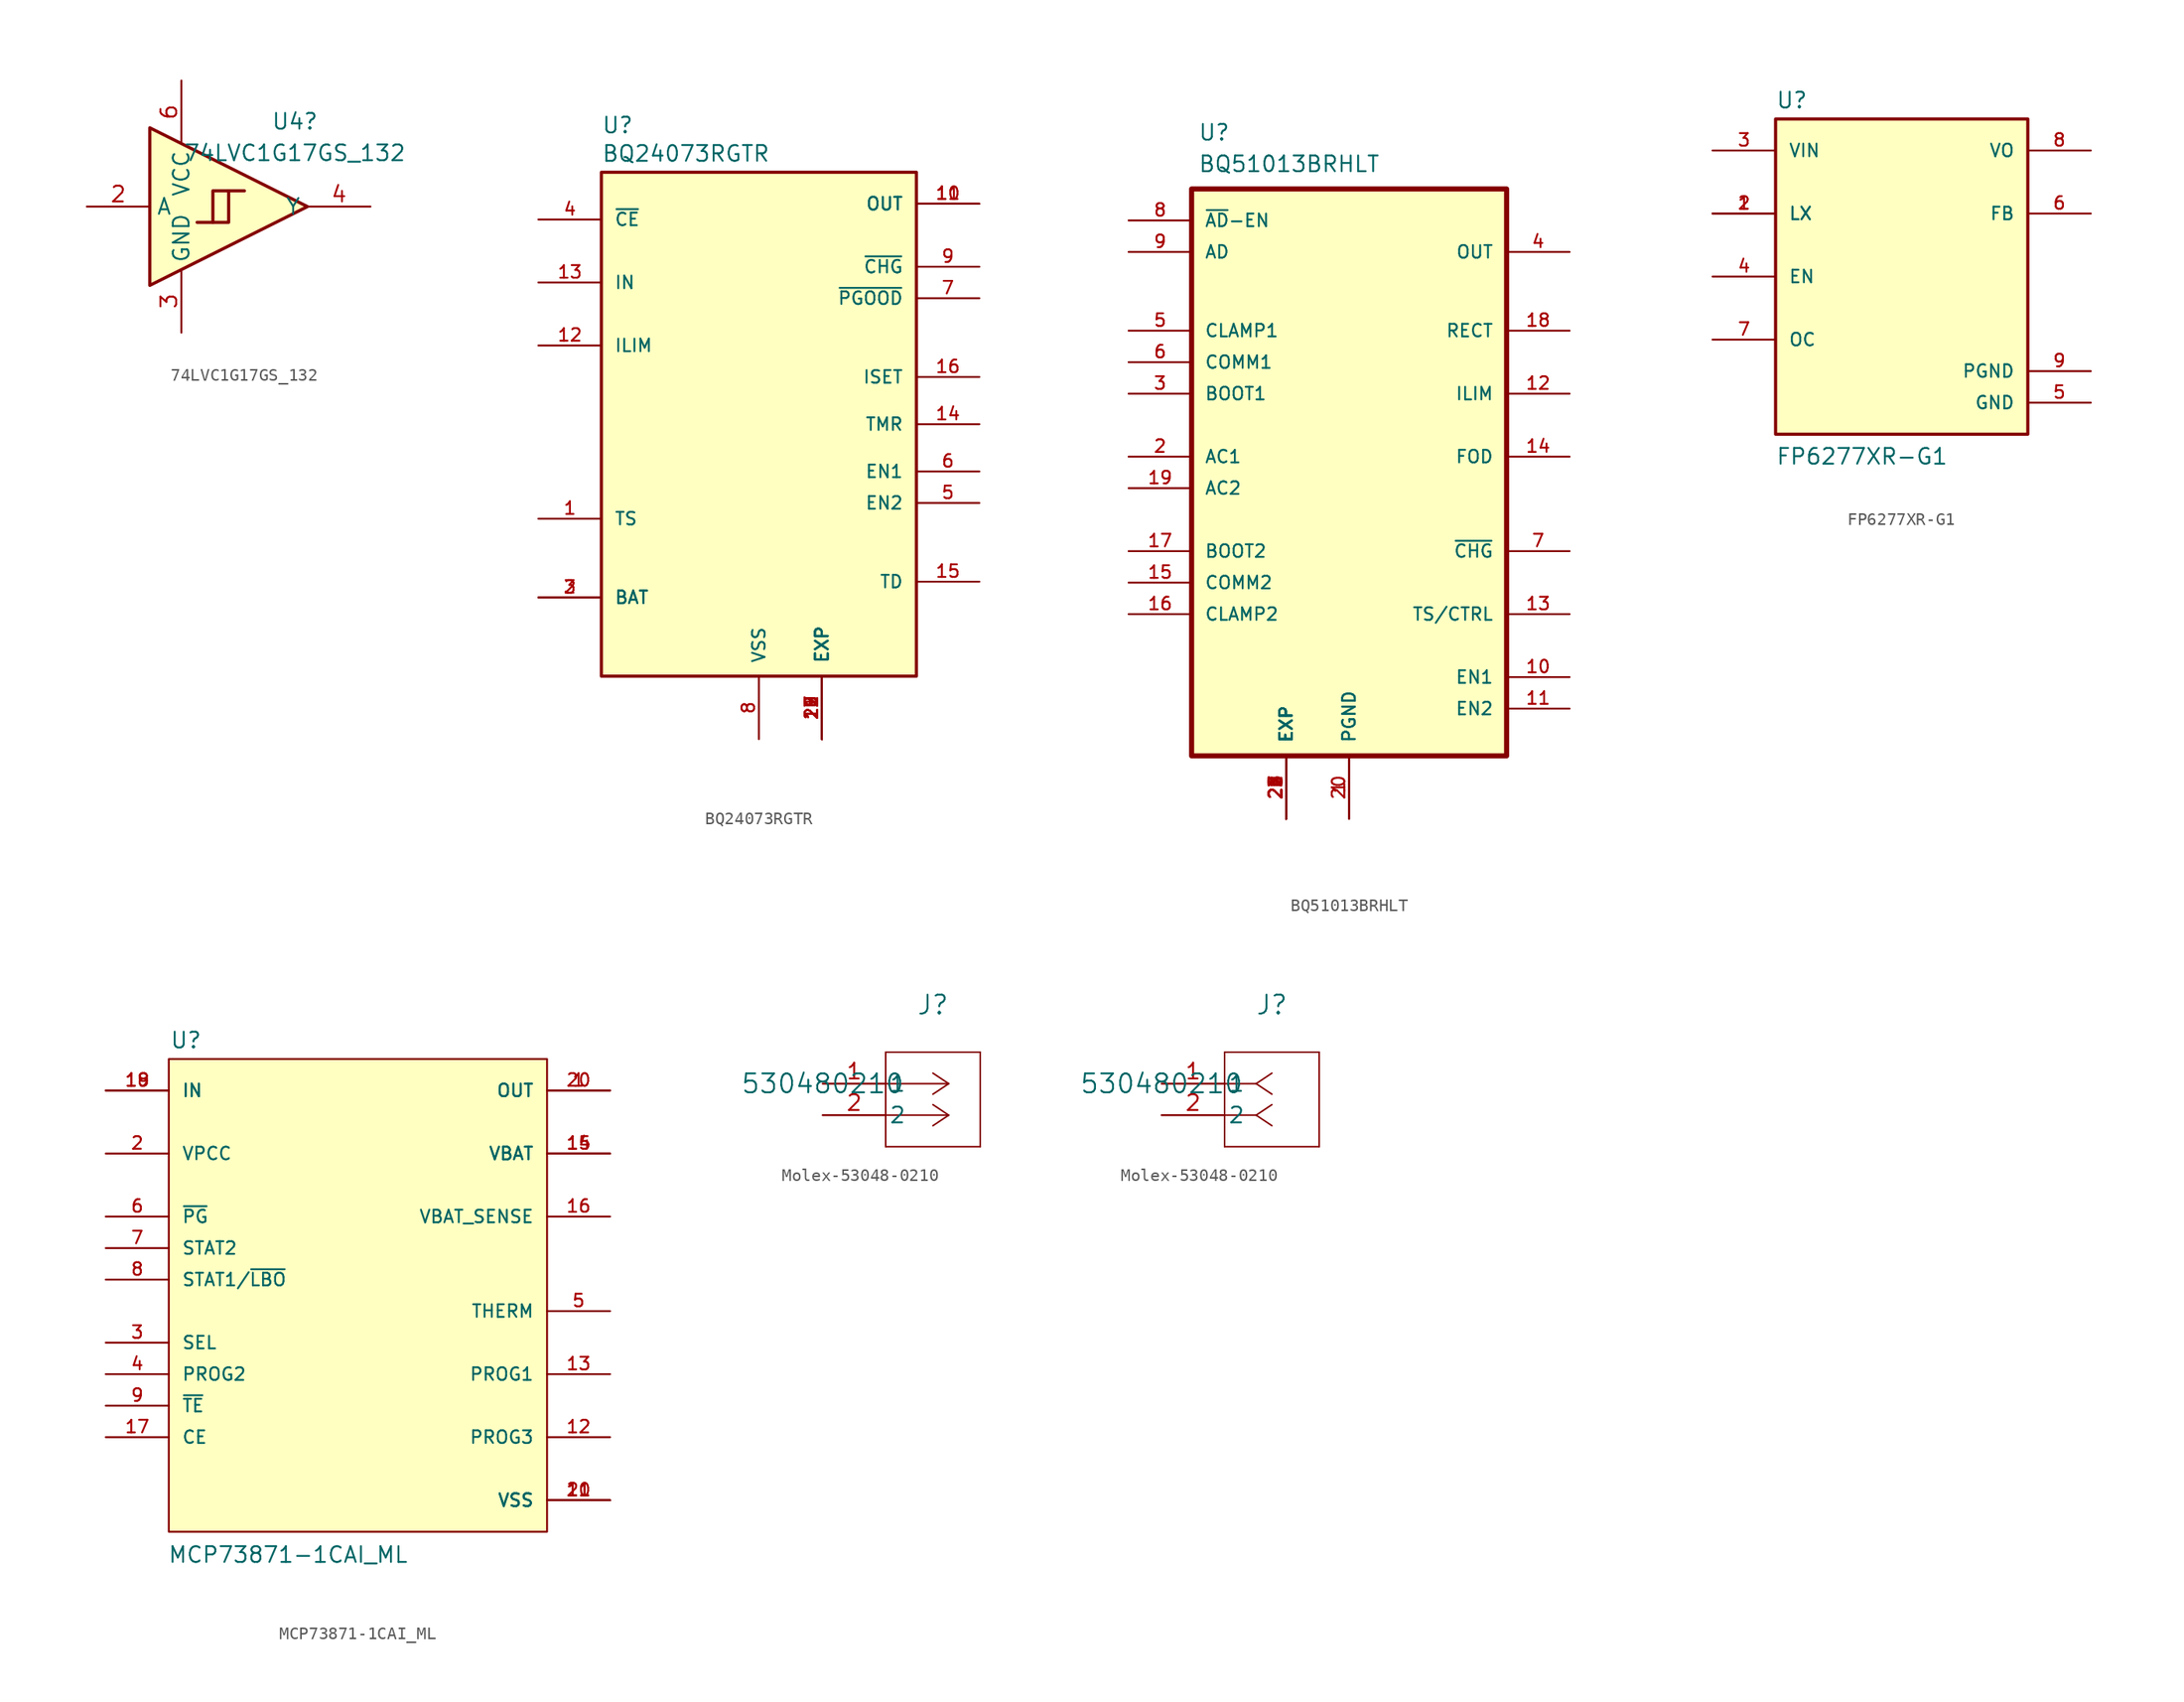
<source format=kicad_sym>
(kicad_symbol_lib
  (version 20241209)
  (generator "kicad_symbol_editor")
  (generator_version "9.0")
  (symbol "74LVC1G17GS_132"
    (property "Reference" "U4"
      (at 4.064 6.858 0)
      (effects (font (size 1.27 1.27))))
    (property "Value" "74LVC1G17GS_132"
      (at 4.064 4.318 0)
      (effects (font (size 1.27 1.27))))
    (symbol "74LVC1G17GS_132_0_1"
      (polyline (pts (xy -7.62 6.35) (xy -7.62 -6.35) (xy 5.08 0) (xy -7.62 6.35)) (stroke (width 0.254) (type default)) (fill (type background)))
      (polyline (pts (xy -3.81 -1.27) (xy -2.54 -1.27) (xy -2.54 1.27) (xy -1.27 1.27)) (stroke (width 0.254) (type default)) (fill (type background)))
      (polyline (pts (xy -2.54 -1.27) (xy -1.27 -1.27) (xy -1.27 1.27) (xy 0 1.27)) (stroke (width 0.254) (type default)) (fill (type background))))
    (symbol "74LVC1G17GS_132_1_1"
      (pin input line (at -12.7 0 0) (length 5.08) (name "A" (effects (font (size 1.27 1.27)))) (number "2" (effects (font (size 1.27 1.27)))))
      (pin no_connect line (at -7.62 5.08 180) (length 5.08) (hide yes) (name "NC" (effects (font (size 1.27 1.27)))) (number "1" (effects (font (size 1.27 1.27)))))
      (pin no_connect line (at -7.62 -3.81 180) (length 5.08) (hide yes) (name "NC" (effects (font (size 1.27 1.27)))) (number "5" (effects (font (size 1.27 1.27)))))
      (pin power_in line (at -5.08 10.16 270) (length 5.08) (name "VCC" (effects (font (size 1.27 1.27)))) (number "6" (effects (font (size 1.27 1.27)))))
      (pin power_in line (at -5.08 -10.16 90) (length 5.08) (name "GND" (effects (font (size 1.27 1.27)))) (number "3" (effects (font (size 1.27 1.27)))))
      (pin output line (at 10.16 0 180) (length 5.08) (name "Y" (effects (font (size 1.27 1.27)))) (number "4" (effects (font (size 1.27 1.27)))))))
  (symbol "BQ24073RGTR"
    (pin_names
      (offset 1.016))
    (property "Reference" "U"
      (at -12.7 23.368 0)
      (effects (font (size 1.27 1.27)) (justify left bottom)))
    (property "Value" "BQ24073RGTR"
      (at -12.7 21.082 0)
      (effects (font (size 1.27 1.27)) (justify left bottom)))
    (symbol "BQ24073RGTR_0_0"
      (rectangle (start -12.7 20.32) (end 12.7 -20.32) (stroke (width 0.254) (type default)) (fill (type background)))
      (pin input line (at -17.78 16.51 0) (length 5.08) (name "~{CE}" (effects (font (size 1.016 1.016)))) (number "4" (effects (font (size 1.016 1.016)))))
      (pin power_in line (at -17.78 11.43 0) (length 5.08) (name "IN" (effects (font (size 1.016 1.016)))) (number "13" (effects (font (size 1.016 1.016)))))
      (pin input line (at -17.78 6.35 0) (length 5.08) (name "ILIM" (effects (font (size 1.016 1.016)))) (number "12" (effects (font (size 1.016 1.016)))))
      (pin input line (at -17.78 -7.62 0) (length 5.08) (name "TS" (effects (font (size 1.016 1.016)))) (number "1" (effects (font (size 1.016 1.016)))))
      (pin bidirectional line (at -17.78 -13.97 0) (length 5.08) (name "BAT" (effects (font (size 1.016 1.016)))) (number "2" (effects (font (size 1.016 1.016)))))
      (pin bidirectional line (at -17.78 -13.97 0) (length 5.08) (name "BAT" (effects (font (size 1.016 1.016)))) (number "3" (effects (font (size 1.016 1.016)))))
      (pin power_in line (at 0 -25.4 90) (length 5.08) (name "VSS" (effects (font (size 1.016 1.016)))) (number "8" (effects (font (size 1.016 1.016)))))
      (pin power_in line (at 5.08 -25.4 90) (length 5.08) (name "EXP" (effects (font (size 1.016 1.016)))) (number "17" (effects (font (size 1.016 1.016)))))
      (pin power_in line (at 5.08 -25.4 90) (length 5.08) (name "EXP" (effects (font (size 1.016 1.016)))) (number "18" (effects (font (size 1.016 1.016)))))
      (pin power_in line (at 5.08 -25.4 90) (length 5.08) (name "EXP" (effects (font (size 1.016 1.016)))) (number "19" (effects (font (size 1.016 1.016)))))
      (pin power_in line (at 5.08 -25.4 90) (length 5.08) (name "EXP" (effects (font (size 1.016 1.016)))) (number "20" (effects (font (size 1.016 1.016)))))
      (pin power_in line (at 5.08 -25.4 90) (length 5.08) (name "EXP" (effects (font (size 1.016 1.016)))) (number "21" (effects (font (size 1.016 1.016)))))
      (pin power_in line (at 5.08 -25.4 90) (length 5.08) (name "EXP" (effects (font (size 1.016 1.016)))) (number "22" (effects (font (size 1.016 1.016)))))
      (pin power_out line (at 17.78 17.78 180) (length 5.08) (name "OUT" (effects (font (size 1.016 1.016)))) (number "10" (effects (font (size 1.016 1.016)))))
      (pin power_out line (at 17.78 17.78 180) (length 5.08) (name "OUT" (effects (font (size 1.016 1.016)))) (number "11" (effects (font (size 1.016 1.016)))))
      (pin output line (at 17.78 12.7 180) (length 5.08) (name "~{CHG}" (effects (font (size 1.016 1.016)))) (number "9" (effects (font (size 1.016 1.016)))))
      (pin output line (at 17.78 10.16 180) (length 5.08) (name "~{PGOOD}" (effects (font (size 1.016 1.016)))) (number "7" (effects (font (size 1.016 1.016)))))
      (pin bidirectional line (at 17.78 3.81 180) (length 5.08) (name "ISET" (effects (font (size 1.016 1.016)))) (number "16" (effects (font (size 1.016 1.016)))))
      (pin input line (at 17.78 0 180) (length 5.08) (name "TMR" (effects (font (size 1.016 1.016)))) (number "14" (effects (font (size 1.016 1.016)))))
      (pin input line (at 17.78 -3.81 180) (length 5.08) (name "EN1" (effects (font (size 1.016 1.016)))) (number "6" (effects (font (size 1.016 1.016)))))
      (pin input line (at 17.78 -6.35 180) (length 5.08) (name "EN2" (effects (font (size 1.016 1.016)))) (number "5" (effects (font (size 1.016 1.016)))))
      (pin input line (at 17.78 -12.7 180) (length 5.08) (name "TD" (effects (font (size 1.016 1.016)))) (number "15" (effects (font (size 1.016 1.016)))))))
  (symbol "BQ51013BRHLT"
    (pin_names
      (offset 1.016))
    (property "Reference" "U"
      (at -12.192 26.67 0)
      (effects (font (size 1.27 1.27)) (justify left bottom)))
    (property "Value" "BQ51013BRHLT"
      (at -12.192 24.13 0)
      (effects (font (size 1.27 1.27)) (justify left bottom)))
    (symbol "BQ51013BRHLT_0_0"
      (rectangle (start -12.7 22.86) (end 12.7 -22.86) (stroke (width 0.41) (type default)) (fill (type background)))
      (pin output line (at -17.78 20.32 0) (length 5.08) (name "~{AD}-EN" (effects (font (size 1.016 1.016)))) (number "8" (effects (font (size 1.016 1.016)))))
      (pin input line (at -17.78 17.78 0) (length 5.08) (name "AD" (effects (font (size 1.016 1.016)))) (number "9" (effects (font (size 1.016 1.016)))))
      (pin output line (at -17.78 11.43 0) (length 5.08) (name "CLAMP1" (effects (font (size 1.016 1.016)))) (number "5" (effects (font (size 1.016 1.016)))))
      (pin output line (at -17.78 8.89 0) (length 5.08) (name "COMM1" (effects (font (size 1.016 1.016)))) (number "6" (effects (font (size 1.016 1.016)))))
      (pin output line (at -17.78 6.35 0) (length 5.08) (name "BOOT1" (effects (font (size 1.016 1.016)))) (number "3" (effects (font (size 1.016 1.016)))))
      (pin input line (at -17.78 1.27 0) (length 5.08) (name "AC1" (effects (font (size 1.016 1.016)))) (number "2" (effects (font (size 1.016 1.016)))))
      (pin input line (at -17.78 -1.27 0) (length 5.08) (name "AC2" (effects (font (size 1.016 1.016)))) (number "19" (effects (font (size 1.016 1.016)))))
      (pin output line (at -17.78 -6.35 0) (length 5.08) (name "BOOT2" (effects (font (size 1.016 1.016)))) (number "17" (effects (font (size 1.016 1.016)))))
      (pin output line (at -17.78 -8.89 0) (length 5.08) (name "COMM2" (effects (font (size 1.016 1.016)))) (number "15" (effects (font (size 1.016 1.016)))))
      (pin output line (at -17.78 -11.43 0) (length 5.08) (name "CLAMP2" (effects (font (size 1.016 1.016)))) (number "16" (effects (font (size 1.016 1.016)))))
      (pin power_in line (at -5.08 -27.94 90) (length 5.08) (name "EXP" (effects (font (size 1.016 1.016)))) (number "21" (effects (font (size 1.016 1.016)))))
      (pin power_in line (at -5.08 -27.94 90) (length 5.08) (name "EXP" (effects (font (size 1.016 1.016)))) (number "22" (effects (font (size 1.016 1.016)))))
      (pin power_in line (at -5.08 -27.94 90) (length 5.08) (name "EXP" (effects (font (size 1.016 1.016)))) (number "23" (effects (font (size 1.016 1.016)))))
      (pin power_in line (at -5.08 -27.94 90) (length 5.08) (name "EXP" (effects (font (size 1.016 1.016)))) (number "24" (effects (font (size 1.016 1.016)))))
      (pin power_in line (at -5.08 -27.94 90) (length 5.08) (name "EXP" (effects (font (size 1.016 1.016)))) (number "25" (effects (font (size 1.016 1.016)))))
      (pin power_in line (at -5.08 -27.94 90) (length 5.08) (name "EXP" (effects (font (size 1.016 1.016)))) (number "26" (effects (font (size 1.016 1.016)))))
      (pin power_in line (at -5.08 -27.94 90) (length 5.08) (name "EXP" (effects (font (size 1.016 1.016)))) (number "27" (effects (font (size 1.016 1.016)))))
      (pin power_in line (at -5.08 -27.94 90) (length 5.08) (name "EXP" (effects (font (size 1.016 1.016)))) (number "28" (effects (font (size 1.016 1.016)))))
      (pin power_in line (at -5.08 -27.94 90) (length 5.08) (name "EXP" (effects (font (size 1.016 1.016)))) (number "29" (effects (font (size 1.016 1.016)))))
      (pin power_in line (at 0 -27.94 90) (length 5.08) (name "PGND" (effects (font (size 1.016 1.016)))) (number "1" (effects (font (size 1.016 1.016)))))
      (pin power_in line (at 0 -27.94 90) (length 5.08) (name "PGND" (effects (font (size 1.016 1.016)))) (number "20" (effects (font (size 1.016 1.016)))))
      (pin power_out line (at 17.78 17.78 180) (length 5.08) (name "OUT" (effects (font (size 1.016 1.016)))) (number "4" (effects (font (size 1.016 1.016)))))
      (pin power_out line (at 17.78 11.43 180) (length 5.08) (name "RECT" (effects (font (size 1.016 1.016)))) (number "18" (effects (font (size 1.016 1.016)))))
      (pin bidirectional line (at 17.78 6.35 180) (length 5.08) (name "ILIM" (effects (font (size 1.016 1.016)))) (number "12" (effects (font (size 1.016 1.016)))))
      (pin input line (at 17.78 1.27 180) (length 5.08) (name "FOD" (effects (font (size 1.016 1.016)))) (number "14" (effects (font (size 1.016 1.016)))))
      (pin output line (at 17.78 -6.35 180) (length 5.08) (name "~{CHG}" (effects (font (size 1.016 1.016)))) (number "7" (effects (font (size 1.016 1.016)))))
      (pin input line (at 17.78 -11.43 180) (length 5.08) (name "TS/CTRL" (effects (font (size 1.016 1.016)))) (number "13" (effects (font (size 1.016 1.016)))))
      (pin input line (at 17.78 -16.51 180) (length 5.08) (name "EN1" (effects (font (size 1.016 1.016)))) (number "10" (effects (font (size 1.016 1.016)))))
      (pin input line (at 17.78 -19.05 180) (length 5.08) (name "EN2" (effects (font (size 1.016 1.016)))) (number "11" (effects (font (size 1.016 1.016)))))))
  (symbol "FP6277XR-G1"
    (pin_names
      (offset 1.016))
    (property "Reference" "U"
      (at -10.16 13.462 0)
      (effects (font (size 1.27 1.27)) (justify left bottom)))
    (property "Value" "FP6277XR-G1"
      (at -10.16 -15.24 0)
      (effects (font (size 1.27 1.27)) (justify left bottom)))
    (symbol "FP6277XR-G1_0_0"
      (rectangle (start -10.16 -12.7) (end 10.16 12.7) (stroke (width 0.254) (type default)) (fill (type background)))
      (pin power_in line (at -15.24 10.16 0) (length 5.08) (name "VIN" (effects (font (size 1.016 1.016)))) (number "3" (effects (font (size 1.016 1.016)))))
      (pin input line (at -15.24 5.08 0) (length 5.08) (name "LX" (effects (font (size 1.016 1.016)))) (number "1" (effects (font (size 1.016 1.016)))))
      (pin input line (at -15.24 5.08 0) (length 5.08) (name "LX" (effects (font (size 1.016 1.016)))) (number "2" (effects (font (size 1.016 1.016)))))
      (pin input line (at -15.24 0 0) (length 5.08) (name "EN" (effects (font (size 1.016 1.016)))) (number "4" (effects (font (size 1.016 1.016)))))
      (pin input line (at -15.24 -5.08 0) (length 5.08) (name "OC" (effects (font (size 1.016 1.016)))) (number "7" (effects (font (size 1.016 1.016)))))
      (pin power_out line (at 15.24 10.16 180) (length 5.08) (name "VO" (effects (font (size 1.016 1.016)))) (number "8" (effects (font (size 1.016 1.016)))))
      (pin input line (at 15.24 5.08 180) (length 5.08) (name "FB" (effects (font (size 1.016 1.016)))) (number "6" (effects (font (size 1.016 1.016)))))
      (pin power_in line (at 15.24 -7.62 180) (length 5.08) (name "PGND" (effects (font (size 1.016 1.016)))) (number "9" (effects (font (size 1.016 1.016)))))
      (pin power_in line (at 15.24 -10.16 180) (length 5.08) (name "GND" (effects (font (size 1.016 1.016)))) (number "5" (effects (font (size 1.016 1.016)))))))
  (symbol "MCP73871-1CAI_ML"
    (pin_names
      (offset 1.016))
    (property "Reference" "U"
      (at -15.168 18.548 0)
      (effects (font (size 1.27 1.27)) (justify left bottom)))
    (property "Value" "MCP73871-1CAI_ML"
      (at -15.339 -22.916 0)
      (effects (font (size 1.27 1.27)) (justify left bottom)))
    (symbol "MCP73871-1CAI_ML_0_0"
      (rectangle (start -15.24 -20.32) (end 15.24 17.78) (stroke (width 0.152) (type default)) (fill (type background)))
      (pin input line (at -20.32 15.24 0) (length 5.08) (name "IN" (effects (font (size 1.016 1.016)))) (number "18" (effects (font (size 1.016 1.016)))))
      (pin input line (at -20.32 15.24 0) (length 5.08) (name "IN" (effects (font (size 1.016 1.016)))) (number "19" (effects (font (size 1.016 1.016)))))
      (pin input line (at -20.32 10.16 0) (length 5.08) (name "VPCC" (effects (font (size 1.016 1.016)))) (number "2" (effects (font (size 1.016 1.016)))))
      (pin output line (at -20.32 5.08 0) (length 5.08) (name "~{PG}" (effects (font (size 1.016 1.016)))) (number "6" (effects (font (size 1.016 1.016)))))
      (pin output line (at -20.32 2.54 0) (length 5.08) (name "STAT2" (effects (font (size 1.016 1.016)))) (number "7" (effects (font (size 1.016 1.016)))))
      (pin output line (at -20.32 0 0) (length 5.08) (name "STAT1/~{LBO}" (effects (font (size 1.016 1.016)))) (number "8" (effects (font (size 1.016 1.016)))))
      (pin input line (at -20.32 -5.08 0) (length 5.08) (name "SEL" (effects (font (size 1.016 1.016)))) (number "3" (effects (font (size 1.016 1.016)))))
      (pin input line (at -20.32 -7.62 0) (length 5.08) (name "PROG2" (effects (font (size 1.016 1.016)))) (number "4" (effects (font (size 1.016 1.016)))))
      (pin input line (at -20.32 -10.16 0) (length 5.08) (name "~{TE}" (effects (font (size 1.016 1.016)))) (number "9" (effects (font (size 1.016 1.016)))))
      (pin input line (at -20.32 -12.7 0) (length 5.08) (name "CE" (effects (font (size 1.016 1.016)))) (number "17" (effects (font (size 1.016 1.016)))))
      (pin output line (at 20.32 15.24 180) (length 5.08) (name "OUT" (effects (font (size 1.016 1.016)))) (number "1" (effects (font (size 1.016 1.016)))))
      (pin output line (at 20.32 15.24 180) (length 5.08) (name "OUT" (effects (font (size 1.016 1.016)))) (number "20" (effects (font (size 1.016 1.016)))))
      (pin bidirectional line (at 20.32 10.16 180) (length 5.08) (name "VBAT" (effects (font (size 1.016 1.016)))) (number "14" (effects (font (size 1.016 1.016)))))
      (pin bidirectional line (at 20.32 10.16 180) (length 5.08) (name "VBAT" (effects (font (size 1.016 1.016)))) (number "15" (effects (font (size 1.016 1.016)))))
      (pin bidirectional line (at 20.32 5.08 180) (length 5.08) (name "VBAT_SENSE" (effects (font (size 1.016 1.016)))) (number "16" (effects (font (size 1.016 1.016)))))
      (pin bidirectional line (at 20.32 -2.54 180) (length 5.08) (name "THERM" (effects (font (size 1.016 1.016)))) (number "5" (effects (font (size 1.016 1.016)))))
      (pin bidirectional line (at 20.32 -7.62 180) (length 5.08) (name "PROG1" (effects (font (size 1.016 1.016)))) (number "13" (effects (font (size 1.016 1.016)))))
      (pin bidirectional line (at 20.32 -12.7 180) (length 5.08) (name "PROG3" (effects (font (size 1.016 1.016)))) (number "12" (effects (font (size 1.016 1.016)))))
      (pin power_in line (at 20.32 -17.78 180) (length 5.08) (name "VSS" (effects (font (size 1.016 1.016)))) (number "10" (effects (font (size 1.016 1.016)))))
      (pin power_in line (at 20.32 -17.78 180) (length 5.08) (name "VSS" (effects (font (size 1.016 1.016)))) (number "11" (effects (font (size 1.016 1.016)))))
      (pin power_in line (at 20.32 -17.78 180) (length 5.08) (name "VSS" (effects (font (size 1.016 1.016)))) (number "21" (effects (font (size 1.016 1.016)))))))
  (symbol "Molex-53048-0210"
    (pin_names
      (offset 0.254))
    (property "Reference" "J"
      (at 8.89 6.35 0)
      (effects (font (size 1.524 1.524))))
    (property "Value" "530480210"
      (at 0 0 0)
      (effects (font (size 1.524 1.524))))
    (symbol "Molex-53048-0210_1_1"
      (polyline (pts (xy 5.08 2.54) (xy 5.08 -5.08)) (stroke (width 0.127) (type default)) (fill (type none)))
      (polyline (pts (xy 5.08 -5.08) (xy 12.7 -5.08)) (stroke (width 0.127) (type default)) (fill (type none)))
      (polyline (pts (xy 10.16 0) (xy 5.08 0)) (stroke (width 0.127) (type default)) (fill (type none)))
      (polyline (pts (xy 10.16 0) (xy 8.89 0.847)) (stroke (width 0.127) (type default)) (fill (type none)))
      (polyline (pts (xy 10.16 0) (xy 8.89 -0.847)) (stroke (width 0.127) (type default)) (fill (type none)))
      (polyline (pts (xy 10.16 -2.54) (xy 5.08 -2.54)) (stroke (width 0.127) (type default)) (fill (type none)))
      (polyline (pts (xy 10.16 -2.54) (xy 8.89 -1.693)) (stroke (width 0.127) (type default)) (fill (type none)))
      (polyline (pts (xy 10.16 -2.54) (xy 8.89 -3.387)) (stroke (width 0.127) (type default)) (fill (type none)))
      (polyline (pts (xy 12.7 2.54) (xy 5.08 2.54)) (stroke (width 0.127) (type default)) (fill (type none)))
      (polyline (pts (xy 12.7 -5.08) (xy 12.7 2.54)) (stroke (width 0.127) (type default)) (fill (type none)))
      (pin unspecified line (at 0 0 0) (length 5.08) (name "1" (effects (font (size 1.27 1.27)))) (number "1" (effects (font (size 1.27 1.27)))))
      (pin unspecified line (at 0 -2.54 0) (length 5.08) (name "2" (effects (font (size 1.27 1.27)))) (number "2" (effects (font (size 1.27 1.27))))))
    (symbol "Molex-53048-0210_1_2"
      (polyline (pts (xy 5.08 2.54) (xy 5.08 -5.08)) (stroke (width 0.127) (type default)) (fill (type none)))
      (polyline (pts (xy 5.08 -5.08) (xy 12.7 -5.08)) (stroke (width 0.127) (type default)) (fill (type none)))
      (polyline (pts (xy 7.62 0) (xy 5.08 0)) (stroke (width 0.127) (type default)) (fill (type none)))
      (polyline (pts (xy 7.62 0) (xy 8.89 0.847)) (stroke (width 0.127) (type default)) (fill (type none)))
      (polyline (pts (xy 7.62 0) (xy 8.89 -0.847)) (stroke (width 0.127) (type default)) (fill (type none)))
      (polyline (pts (xy 7.62 -2.54) (xy 5.08 -2.54)) (stroke (width 0.127) (type default)) (fill (type none)))
      (polyline (pts (xy 7.62 -2.54) (xy 8.89 -1.693)) (stroke (width 0.127) (type default)) (fill (type none)))
      (polyline (pts (xy 7.62 -2.54) (xy 8.89 -3.387)) (stroke (width 0.127) (type default)) (fill (type none)))
      (polyline (pts (xy 12.7 2.54) (xy 5.08 2.54)) (stroke (width 0.127) (type default)) (fill (type none)))
      (polyline (pts (xy 12.7 -5.08) (xy 12.7 2.54)) (stroke (width 0.127) (type default)) (fill (type none)))
      (pin unspecified line (at 0 0 0) (length 5.08) (name "1" (effects (font (size 1.27 1.27)))) (number "1" (effects (font (size 1.27 1.27)))))
      (pin unspecified line (at 0 -2.54 0) (length 5.08) (name "2" (effects (font (size 1.27 1.27)))) (number "2" (effects (font (size 1.27 1.27))))))))
</source>
